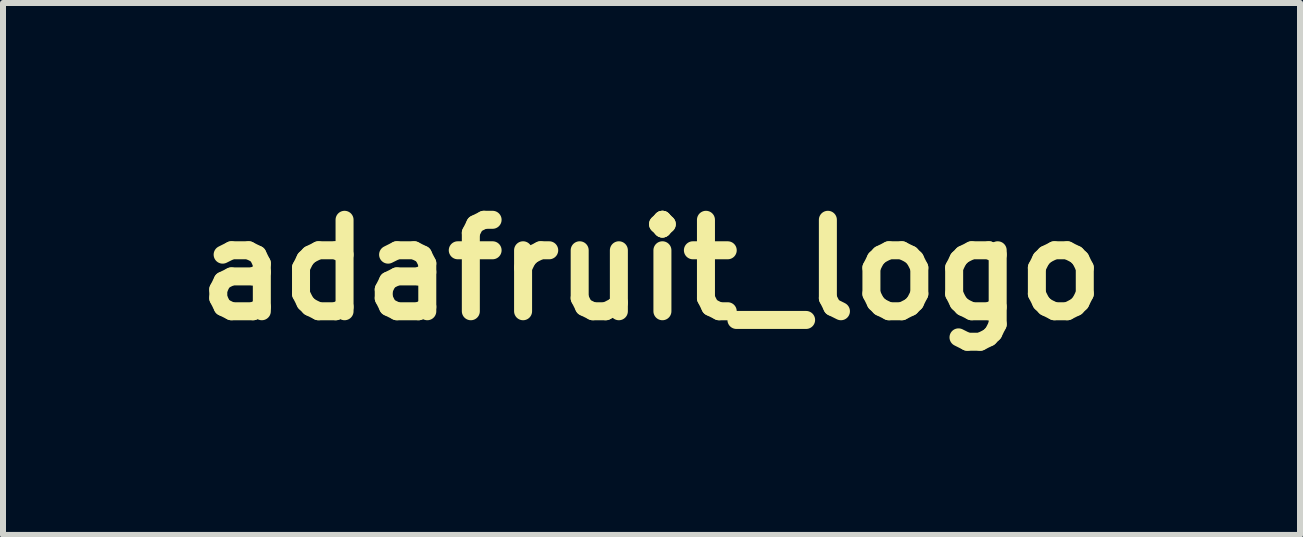
<source format=kicad_pcb>
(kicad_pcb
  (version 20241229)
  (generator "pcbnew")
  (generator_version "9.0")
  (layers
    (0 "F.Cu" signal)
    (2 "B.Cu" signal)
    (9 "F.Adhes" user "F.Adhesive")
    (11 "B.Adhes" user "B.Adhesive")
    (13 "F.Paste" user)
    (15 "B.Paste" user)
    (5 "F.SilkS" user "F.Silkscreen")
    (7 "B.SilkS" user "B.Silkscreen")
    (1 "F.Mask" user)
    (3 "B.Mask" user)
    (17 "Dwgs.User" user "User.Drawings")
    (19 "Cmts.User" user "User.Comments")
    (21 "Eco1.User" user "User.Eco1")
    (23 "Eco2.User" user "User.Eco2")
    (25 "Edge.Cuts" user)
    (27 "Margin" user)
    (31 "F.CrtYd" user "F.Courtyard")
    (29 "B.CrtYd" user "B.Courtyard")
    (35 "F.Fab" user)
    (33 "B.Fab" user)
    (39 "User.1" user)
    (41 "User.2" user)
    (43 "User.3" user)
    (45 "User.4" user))
  (footprint "adafruit_logo"
    (layer "F.Cu")
    (at 7.809 1.448)
    (property "Reference" "adafruit_logo" (at 0 0 0) (layer "F.SilkS") (effects (font (size 1.524 1.524) (thickness 0.3))))
    (attr through_hole)
    (fp_poly (pts (xy 3.2 1.041) (xy 2.972 1.041) (xy 2.972 0.203) (xy 3.2 0.203) (xy 3.2 1.041)) (stroke (width 0.01) (type solid)) (fill yes) (layer "F.Mask"))
    (fp_poly (pts (xy 3.156 -0.1) (xy 3.19 -0.087) (xy 3.2 -0.052) (xy 3.2 -0.013) (xy 3.198 0.042) (xy 3.181 0.068) (xy 3.137 0.076) (xy 3.086 0.076) (xy 3.016 0.074) (xy 2.983 0.061) (xy 2.973 0.027) (xy 2.972 -0.013) (xy 2.974 -0.067) (xy 2.991 -0.093) (xy 3.035 -0.101) (xy 3.086 -0.102) (xy 3.156 -0.1)) (stroke (width 0.01) (type solid)) (fill yes) (layer "F.Mask"))
    (fp_poly (pts (xy 2.375 0.826) (xy 2.629 0.826) (xy 2.636 0.514) (xy 2.643 0.203) (xy 2.896 0.203) (xy 2.896 1.041) (xy 2.769 1.041) (xy 2.693 1.039) (xy 2.655 1.028) (xy 2.642 1.003) (xy 2.642 0.989) (xy 2.642 0.936) (xy 2.575 0.989) (xy 2.496 1.027) (xy 2.397 1.043) (xy 2.296 1.038) (xy 2.212 1.011) (xy 2.184 0.991) (xy 2.164 0.966) (xy 2.15 0.935) (xy 2.141 0.887) (xy 2.136 0.813) (xy 2.134 0.706) (xy 2.134 0.572) (xy 2.134 0.203) (xy 2.361 0.203) (xy 2.375 0.826)) (stroke (width 0.01) (type solid)) (fill yes) (layer "F.Mask"))
    (fp_poly (pts (xy 2.038 0.213) (xy 2.044 0.26) (xy 2.045 0.305) (xy 2.043 0.375) (xy 2.029 0.41) (xy 1.993 0.422) (xy 1.956 0.426) (xy 1.871 0.433) (xy 1.813 0.443) (xy 1.778 0.466) (xy 1.76 0.51) (xy 1.753 0.584) (xy 1.753 0.696) (xy 1.753 0.75) (xy 1.753 1.041) (xy 1.524 1.041) (xy 1.524 0.203) (xy 1.638 0.203) (xy 1.71 0.206) (xy 1.743 0.22) (xy 1.753 0.25) (xy 1.753 0.255) (xy 1.753 0.306) (xy 1.823 0.254) (xy 1.896 0.215) (xy 1.97 0.196) (xy 2.016 0.196) (xy 2.038 0.213)) (stroke (width 0.01) (type solid)) (fill yes) (layer "F.Mask"))
    (fp_poly (pts (xy 1.422 -0.102) (xy 1.422 -0.016) (xy 1.416 0.045) (xy 1.388 0.073) (xy 1.346 0.085) (xy 1.288 0.109) (xy 1.27 0.152) (xy 1.27 0.152) (xy 1.282 0.189) (xy 1.326 0.203) (xy 1.346 0.203) (xy 1.397 0.208) (xy 1.418 0.233) (xy 1.422 0.292) (xy 1.418 0.352) (xy 1.397 0.376) (xy 1.346 0.381) (xy 1.27 0.381) (xy 1.27 1.041) (xy 1.016 1.041) (xy 1.016 0.532) (xy 1.016 0.359) (xy 1.017 0.23) (xy 1.02 0.137) (xy 1.025 0.072) (xy 1.033 0.029) (xy 1.045 -0.000477) (xy 1.063 -0.023) (xy 1.078 -0.039) (xy 1.127 -0.077) (xy 1.185 -0.096) (xy 1.273 -0.102) (xy 1.282 -0.102) (xy 1.422 -0.102)) (stroke (width 0.01) (type solid)) (fill yes) (layer "F.Mask"))
    (fp_poly (pts (xy 3.487 0.079) (xy 3.52 0.092) (xy 3.53 0.123) (xy 3.531 0.14) (xy 3.537 0.183) (xy 3.567 0.2) (xy 3.619 0.203) (xy 3.679 0.207) (xy 3.704 0.229) (xy 3.708 0.285) (xy 3.708 0.292) (xy 3.704 0.352) (xy 3.682 0.376) (xy 3.626 0.381) (xy 3.619 0.381) (xy 3.531 0.381) (xy 3.531 0.838) (xy 3.619 0.838) (xy 3.679 0.842) (xy 3.704 0.864) (xy 3.708 0.919) (xy 3.708 0.924) (xy 3.696 0.996) (xy 3.668 1.026) (xy 3.605 1.038) (xy 3.519 1.04) (xy 3.43 1.034) (xy 3.362 1.021) (xy 3.346 1.014) (xy 3.33 1) (xy 3.319 0.975) (xy 3.311 0.931) (xy 3.306 0.862) (xy 3.303 0.76) (xy 3.302 0.618) (xy 3.302 0.532) (xy 3.302 0.076) (xy 3.416 0.076) (xy 3.487 0.079)) (stroke (width 0.01) (type solid)) (fill yes) (layer "F.Mask"))
    (fp_poly (pts (xy 0.089 -0.089) (xy 0.089 1.029) (xy -0.032 1.036) (xy -0.105 1.039) (xy -0.141 1.03) (xy -0.152 1.005) (xy -0.152 0.99) (xy -0.152 0.936) (xy -0.219 0.989) (xy -0.302 1.028) (xy -0.406 1.043) (xy -0.512 1.035) (xy -0.599 1.003) (xy -0.613 0.993) (xy -0.639 0.969) (xy -0.656 0.939) (xy -0.668 0.893) (xy -0.675 0.822) (xy -0.679 0.715) (xy -0.68 0.702) (xy -0.457 0.702) (xy -0.452 0.777) (xy -0.441 0.82) (xy -0.439 0.822) (xy -0.405 0.831) (xy -0.339 0.834) (xy -0.293 0.833) (xy -0.165 0.826) (xy -0.158 0.625) (xy -0.156 0.509) (xy -0.164 0.438) (xy -0.181 0.404) (xy -0.183 0.403) (xy -0.239 0.386) (xy -0.315 0.382) (xy -0.386 0.392) (xy -0.427 0.411) (xy -0.441 0.45) (xy -0.451 0.522) (xy -0.457 0.611) (xy -0.457 0.702) (xy -0.68 0.702) (xy -0.681 0.643) (xy -0.684 0.513) (xy -0.683 0.422) (xy -0.677 0.361) (xy -0.665 0.319) (xy -0.645 0.286) (xy -0.637 0.276) (xy -0.56 0.216) (xy -0.457 0.188) (xy -0.343 0.193) (xy -0.252 0.224) (xy -0.152 0.273) (xy -0.152 -0.104) (xy 0.089 -0.089)) (stroke (width 0.01) (type solid)) (fill yes) (layer "F.Mask"))
    (fp_poly (pts (xy 0.687 0.203) (xy 0.783 0.209) (xy 0.85 0.226) (xy 0.892 0.262) (xy 0.916 0.324) (xy 0.928 0.418) (xy 0.933 0.552) (xy 0.935 0.658) (xy 0.943 1.041) (xy 0.815 1.041) (xy 0.736 1.038) (xy 0.696 1.025) (xy 0.686 1) (xy 0.682 0.974) (xy 0.66 0.978) (xy 0.623 1) (xy 0.546 1.031) (xy 0.447 1.043) (xy 0.347 1.037) (xy 0.263 1.014) (xy 0.229 0.991) (xy 0.192 0.924) (xy 0.177 0.834) (xy 0.409 0.834) (xy 0.426 0.857) (xy 0.475 0.863) (xy 0.504 0.864) (xy 0.58 0.86) (xy 0.638 0.851) (xy 0.646 0.848) (xy 0.677 0.812) (xy 0.686 0.758) (xy 0.683 0.715) (xy 0.668 0.693) (xy 0.627 0.688) (xy 0.552 0.691) (xy 0.475 0.697) (xy 0.434 0.71) (xy 0.417 0.738) (xy 0.411 0.781) (xy 0.409 0.834) (xy 0.177 0.834) (xy 0.176 0.831) (xy 0.18 0.73) (xy 0.205 0.641) (xy 0.226 0.606) (xy 0.255 0.576) (xy 0.291 0.558) (xy 0.346 0.55) (xy 0.434 0.548) (xy 0.48 0.548) (xy 0.686 0.551) (xy 0.686 0.381) (xy 0.559 0.381) (xy 0.479 0.385) (xy 0.44 0.399) (xy 0.432 0.419) (xy 0.417 0.444) (xy 0.366 0.456) (xy 0.318 0.457) (xy 0.247 0.455) (xy 0.214 0.442) (xy 0.204 0.41) (xy 0.203 0.387) (xy 0.218 0.311) (xy 0.243 0.26) (xy 0.264 0.235) (xy 0.292 0.218) (xy 0.338 0.209) (xy 0.412 0.204) (xy 0.524 0.203) (xy 0.555 0.203) (xy 0.687 0.203)) (stroke (width 0.01) (type solid)) (fill yes) (layer "F.Mask"))
    (fp_poly (pts (xy -1.015 0.204) (xy -0.924 0.21) (xy -0.861 0.228) (xy -0.822 0.265) (xy -0.799 0.328) (xy -0.79 0.424) (xy -0.787 0.56) (xy -0.787 0.669) (xy -0.787 1.041) (xy -0.902 1.041) (xy -0.977 1.036) (xy -1.011 1.019) (xy -1.016 1.003) (xy -1.027 0.97) (xy -1.062 0.976) (xy -1.103 1.004) (xy -1.164 1.029) (xy -1.251 1.041) (xy -1.346 1.04) (xy -1.43 1.027) (xy -1.484 1.002) (xy -1.484 1.002) (xy -1.53 0.924) (xy -1.547 0.823) (xy -1.543 0.789) (xy -1.314 0.789) (xy -1.308 0.812) (xy -1.284 0.848) (xy -1.233 0.862) (xy -1.194 0.864) (xy -1.119 0.86) (xy -1.062 0.85) (xy -1.056 0.848) (xy -1.025 0.812) (xy -1.016 0.759) (xy -1.019 0.715) (xy -1.037 0.694) (xy -1.084 0.687) (xy -1.14 0.686) (xy -1.243 0.697) (xy -1.301 0.732) (xy -1.314 0.789) (xy -1.543 0.789) (xy -1.535 0.717) (xy -1.496 0.626) (xy -1.473 0.598) (xy -1.439 0.572) (xy -1.395 0.556) (xy -1.327 0.55) (xy -1.223 0.55) (xy -1.217 0.55) (xy -1.013 0.553) (xy -1.021 0.474) (xy -1.029 0.425) (xy -1.051 0.4) (xy -1.102 0.39) (xy -1.149 0.386) (xy -1.225 0.385) (xy -1.261 0.395) (xy -1.27 0.418) (xy -1.284 0.443) (xy -1.331 0.455) (xy -1.384 0.457) (xy -1.455 0.455) (xy -1.488 0.442) (xy -1.498 0.409) (xy -1.499 0.372) (xy -1.492 0.305) (xy -1.467 0.258) (xy -1.417 0.227) (xy -1.334 0.21) (xy -1.211 0.204) (xy -1.139 0.203) (xy -1.015 0.204)) (stroke (width 0.01) (type solid)) (fill yes) (layer "F.Mask"))
    (fp_poly (pts (xy -2.169 -1.437) (xy -2.135 -1.404) (xy -2.1 -1.338) (xy -2.06 -1.233) (xy -2.013 -1.084) (xy -2.002 -1.046) (xy -1.967 -0.923) (xy -1.945 -0.838) (xy -1.935 -0.777) (xy -1.936 -0.731) (xy -1.946 -0.687) (xy -1.96 -0.645) (xy -1.984 -0.577) (xy -1.988 -0.546) (xy -1.975 -0.543) (xy -1.96 -0.549) (xy -1.85 -0.577) (xy -1.709 -0.574) (xy -1.535 -0.541) (xy -1.417 -0.508) (xy -1.307 -0.472) (xy -1.213 -0.439) (xy -1.148 -0.413) (xy -1.124 -0.401) (xy -1.094 -0.36) (xy -1.1 -0.312) (xy -1.146 -0.253) (xy -1.233 -0.177) (xy -1.282 -0.14) (xy -1.415 -0.043) (xy -1.517 0.025) (xy -1.598 0.071) (xy -1.666 0.097) (xy -1.73 0.11) (xy -1.78 0.113) (xy -1.852 0.115) (xy -1.882 0.122) (xy -1.877 0.14) (xy -1.856 0.165) (xy -1.809 0.225) (xy -1.776 0.289) (xy -1.754 0.37) (xy -1.741 0.479) (xy -1.733 0.626) (xy -1.732 0.637) (xy -1.729 0.796) (xy -1.735 0.91) (xy -1.752 0.985) (xy -1.779 1.027) (xy -1.82 1.041) (xy -1.825 1.041) (xy -1.862 1.027) (xy -1.93 0.988) (xy -2.019 0.93) (xy -2.11 0.867) (xy -2.265 0.743) (xy -2.375 0.632) (xy -2.44 0.53) (xy -2.464 0.435) (xy -2.464 0.428) (xy -2.467 0.395) (xy -2.479 0.4) (xy -2.505 0.449) (xy -2.507 0.453) (xy -2.559 0.529) (xy -2.641 0.596) (xy -2.758 0.657) (xy -2.917 0.718) (xy -2.973 0.736) (xy -3.102 0.776) (xy -3.191 0.799) (xy -3.251 0.809) (xy -3.289 0.804) (xy -3.316 0.787) (xy -3.327 0.776) (xy -3.338 0.749) (xy -3.336 0.706) (xy -3.32 0.635) (xy -3.288 0.53) (xy -3.266 0.464) (xy -3.211 0.308) (xy -3.163 0.192) (xy -3.138 0.147) (xy -2.718 0.147) (xy -2.711 0.186) (xy -2.676 0.199) (xy -2.616 0.176) (xy -2.596 0.164) (xy -2.552 0.12) (xy -2.506 0.057) (xy -2.501 0.048) (xy -2.336 0.048) (xy -2.321 0.115) (xy -2.294 0.183) (xy -2.286 0.197) (xy -2.243 0.251) (xy -2.201 0.278) (xy -2.194 0.279) (xy -2.168 0.27) (xy -2.162 0.233) (xy -2.167 0.187) (xy -2.19 0.116) (xy -2.231 0.046) (xy -2.277 -0.006) (xy -2.316 -0.025) (xy -2.334 -0.005) (xy -2.336 0.048) (xy -2.501 0.048) (xy -2.473 -0.004) (xy -2.464 -0.037) (xy -2.482 -0.054) (xy -2.527 -0.046) (xy -2.585 -0.018) (xy -2.639 0.023) (xy -2.695 0.09) (xy -2.718 0.147) (xy -3.138 0.147) (xy -3.117 0.108) (xy -3.068 0.047) (xy -3.011 0.001) (xy -3.007 -0.002) (xy -2.962 -0.034) (xy -2.957 -0.051) (xy -2.986 -0.064) (xy -3.081 -0.101) (xy -3.163 -0.153) (xy -3.173 -0.162) (xy -2.262 -0.162) (xy -2.247 -0.135) (xy -2.203 -0.122) (xy -2.132 -0.121) (xy -2.049 -0.134) (xy -1.979 -0.156) (xy -1.95 -0.174) (xy -1.935 -0.211) (xy -1.963 -0.239) (xy -2.027 -0.253) (xy -2.045 -0.254) (xy -2.126 -0.245) (xy -2.194 -0.223) (xy -2.242 -0.193) (xy -2.262 -0.162) (xy -3.173 -0.162) (xy -3.244 -0.228) (xy -3.334 -0.336) (xy -3.343 -0.348) (xy -2.808 -0.348) (xy -2.794 -0.306) (xy -2.749 -0.254) (xy -2.683 -0.211) (xy -2.609 -0.184) (xy -2.545 -0.178) (xy -2.505 -0.199) (xy -2.504 -0.2) (xy -2.509 -0.234) (xy -2.549 -0.276) (xy -2.61 -0.319) (xy -2.68 -0.353) (xy -2.713 -0.363) (xy -2.411 -0.363) (xy -2.404 -0.319) (xy -2.375 -0.281) (xy -2.339 -0.287) (xy -2.304 -0.333) (xy -2.285 -0.385) (xy -2.269 -0.474) (xy -2.28 -0.542) (xy -2.285 -0.554) (xy -2.309 -0.597) (xy -2.333 -0.597) (xy -2.352 -0.58) (xy -2.383 -0.525) (xy -2.405 -0.444) (xy -2.411 -0.363) (xy -2.713 -0.363) (xy -2.745 -0.372) (xy -2.787 -0.37) (xy -2.808 -0.348) (xy -3.343 -0.348) (xy -3.378 -0.394) (xy -3.461 -0.506) (xy -3.518 -0.586) (xy -3.553 -0.639) (xy -3.57 -0.674) (xy -3.572 -0.698) (xy -3.565 -0.719) (xy -3.556 -0.736) (xy -3.541 -0.758) (xy -3.515 -0.772) (xy -3.471 -0.781) (xy -3.399 -0.786) (xy -3.29 -0.787) (xy -3.224 -0.787) (xy -3.051 -0.783) (xy -2.919 -0.77) (xy -2.818 -0.745) (xy -2.738 -0.707) (xy -2.68 -0.661) (xy -2.648 -0.633) (xy -2.635 -0.636) (xy -2.634 -0.677) (xy -2.638 -0.724) (xy -2.634 -0.818) (xy -2.603 -0.911) (xy -2.58 -0.957) (xy -2.524 -1.051) (xy -2.456 -1.152) (xy -2.383 -1.251) (xy -2.314 -1.338) (xy -2.254 -1.404) (xy -2.213 -1.44) (xy -2.205 -1.443) (xy -2.169 -1.437)) (stroke (width 0.01) (type solid)) (fill yes) (layer "F.Mask")))
  (gr_rect
    (start -3 -3)
    (end 18.617 5.866)
    (stroke (width 0.1) (type default))
    (fill no)
    (layer "Edge.Cuts")))
</source>
